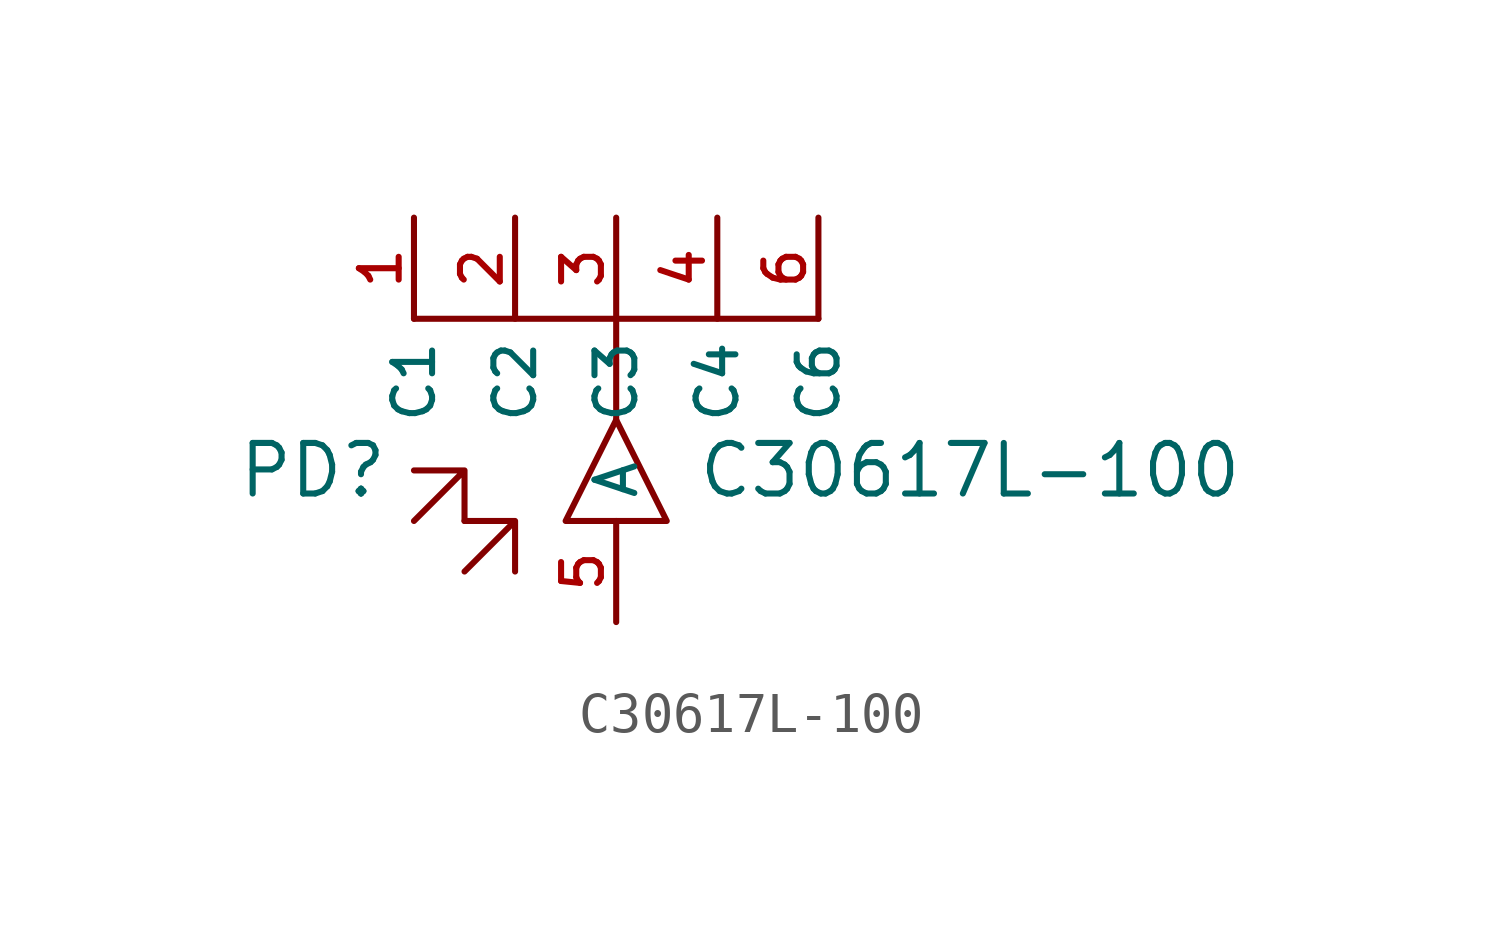
<source format=kicad_sym>
(kicad_symbol_lib
  (version 20220914)
  (generator kicad_symbol_editor)
  (symbol "C30617L-100"
    (property "Reference" "PD"
      (at -7.62 0 0)
      (effects (font (size 1.27 1.27))))
    (property "Value" "C30617L-100"
      (at 8.89 0 0)
      (effects (font (size 1.27 1.27))))
    (symbol "C30617L-100_0_1"
      (polyline (pts (xy -5.08 3.81) (xy 5.08 3.81)) (stroke (width 0) (type default)) (fill (type none)))
      (polyline (pts (xy 0 1.27) (xy 0 3.81)) (stroke (width 0) (type default)) (fill (type none)))
      (polyline (pts (xy 0 1.27) (xy -1.27 -1.27) (xy 1.27 -1.27) (xy 0 1.27)) (stroke (width 0) (type default)) (fill (type none)))
      (polyline (pts (xy -5.08 -1.27) (xy -3.81 0) (xy -3.81 -1.27) (xy -3.81 0) (xy -5.08 0)) (stroke (width 0) (type default)) (fill (type none)))
      (polyline (pts (xy -3.81 -2.54) (xy -2.54 -1.27) (xy -3.81 -1.27) (xy -2.54 -1.27) (xy -2.54 -2.54)) (stroke (width 0) (type default)) (fill (type none))))
    (symbol "C30617L-100_1_1"
      (pin passive line (at -5.08 6.35 270) (length 2.54) (name "C1" (effects (font (size 1 1)))) (number "1" (effects (font (size 1 1)))))
      (pin passive line (at -2.54 6.35 270) (length 2.54) (name "C2" (effects (font (size 1 1)))) (number "2" (effects (font (size 1 1)))))
      (pin passive line (at 0 6.35 270) (length 2.54) (name "C3" (effects (font (size 1 1)))) (number "3" (effects (font (size 1 1)))))
      (pin passive line (at 2.54 6.35 270) (length 2.54) (name "C4" (effects (font (size 1 1)))) (number "4" (effects (font (size 1 1)))))
      (pin passive line (at 0 -3.81 90) (length 2.54) (name "A" (effects (font (size 1 1)))) (number "5" (effects (font (size 1 1)))))
      (pin passive line (at 5.08 6.35 270) (length 2.54) (name "C6" (effects (font (size 1 1)))) (number "6" (effects (font (size 1 1))))))))
</source>
